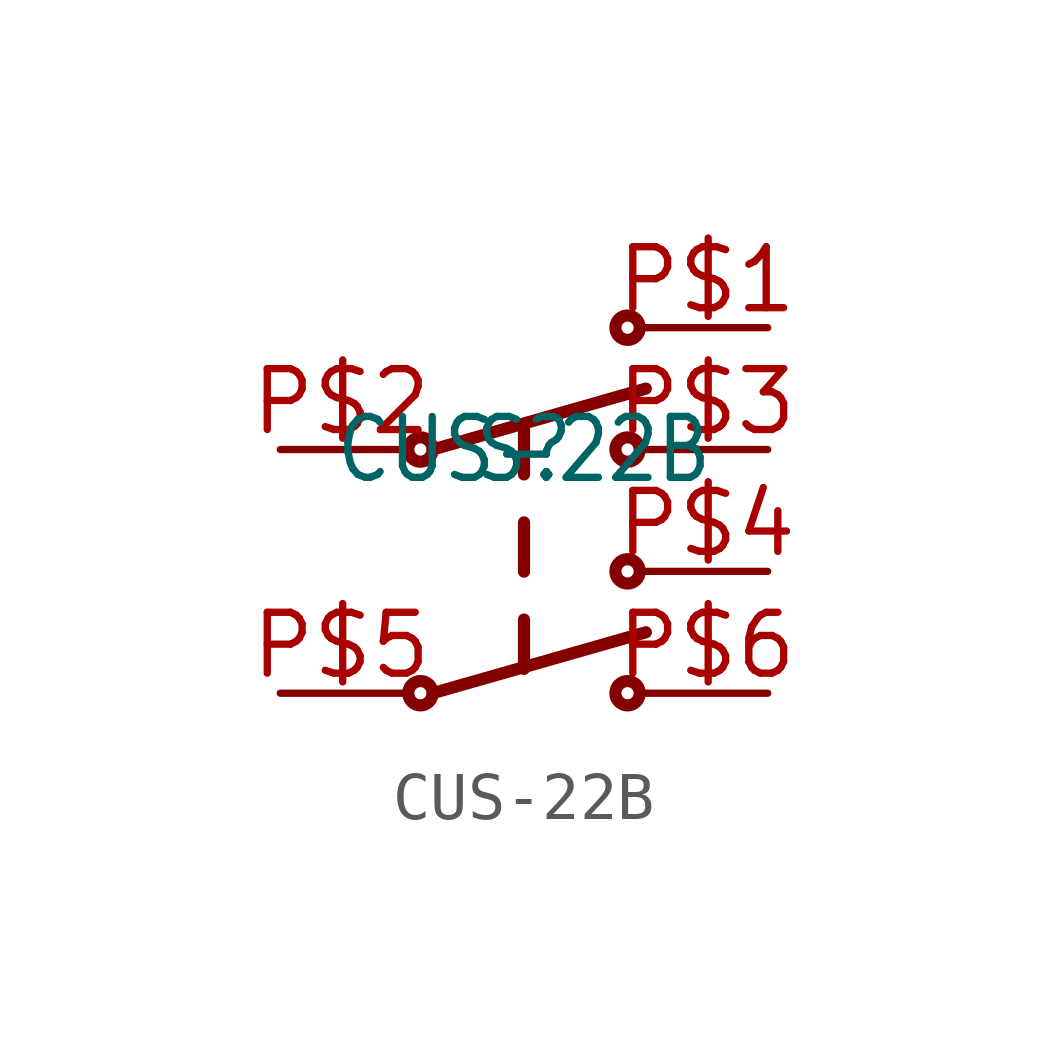
<source format=kicad_sym>
(kicad_symbol_lib
  (version 20211014)
  (generator kicad_symbol_editor)
  (symbol "CUS-22B"
    (pin_names
      (offset 1.016) hide)
    (property "Reference" "S"
      (at 0 0 0)
      (effects (font (size 1.27 1.086))))
    (property "Value" "CUS-22B"
      (at 0 0 0)
      (effects (font (size 1.27 1.086))))
    (symbol "CUS-22B_0_0")
    (symbol "CUS-22B_0_1"
      (polyline (pts (xy -1.905 0.0) (xy 2.54 1.27)) (stroke (width 0.254) (type default) (color 0 0 0 0)))
      (polyline (pts (xy -1.905 -5.08) (xy 2.54 -3.81)) (stroke (width 0.254) (type default) (color 0 0 0 0)))
      (polyline (pts (xy 0.0 0.508) (xy 0.0 -0.519)) (stroke (width 0.254) (type default) (color 0 0 0 0)))
      (polyline (pts (xy 0.0 -1.519) (xy 0.0 -2.545)) (stroke (width 0.254) (type default) (color 0 0 0 0)))
      (polyline (pts (xy 0.0 -3.545) (xy 0.0 -4.572)) (stroke (width 0.254) (type default) (color 0 0 0 0)))
      (circle (center -2.159 0) (radius 0.254) (stroke (width 0.254) (type default) (color 0 0 0 0)))
      (circle (center 2.159 2.54) (radius 0.254) (stroke (width 0.254) (type default) (color 0 0 0 0)))
      (circle (center 2.159 0) (radius 0.254) (stroke (width 0.254) (type default) (color 0 0 0 0)))
      (circle (center -2.159 -5.08) (radius 0.254) (stroke (width 0.254) (type default) (color 0 0 0 0)))
      (circle (center 2.159 -2.54) (radius 0.254) (stroke (width 0.254) (type default) (color 0 0 0 0)))
      (circle (center 2.159 -5.08) (radius 0.254) (stroke (width 0.254) (type default) (color 0 0 0 0))))
    (symbol "CUS-22B_1_1"
      (pin bidirectional line (at -5.08 0 0) (length 2.54) (name "P$1" (effects (font (size 1.27 1.086)))) (number "P$2" (effects (font (size 1.27 1.086)))))
      (pin bidirectional line (at 5.08 2.54 180) (length 2.54) (name "P$2" (effects (font (size 1.27 1.086)))) (number "P$1" (effects (font (size 1.27 1.086)))))
      (pin bidirectional line (at 5.08 0 180) (length 2.54) (name "P$3" (effects (font (size 1.27 1.086)))) (number "P$3" (effects (font (size 1.27 1.086)))))
      (pin bidirectional line (at -5.08 -5.08 0) (length 2.54) (name "P$4" (effects (font (size 1.27 1.086)))) (number "P$5" (effects (font (size 1.27 1.086)))))
      (pin bidirectional line (at 5.08 -2.54 180) (length 2.54) (name "P$5" (effects (font (size 1.27 1.086)))) (number "P$4" (effects (font (size 1.27 1.086)))))
      (pin bidirectional line (at 5.08 -5.08 180) (length 2.54) (name "P$6" (effects (font (size 1.27 1.086)))) (number "P$6" (effects (font (size 1.27 1.086))))))))
</source>
